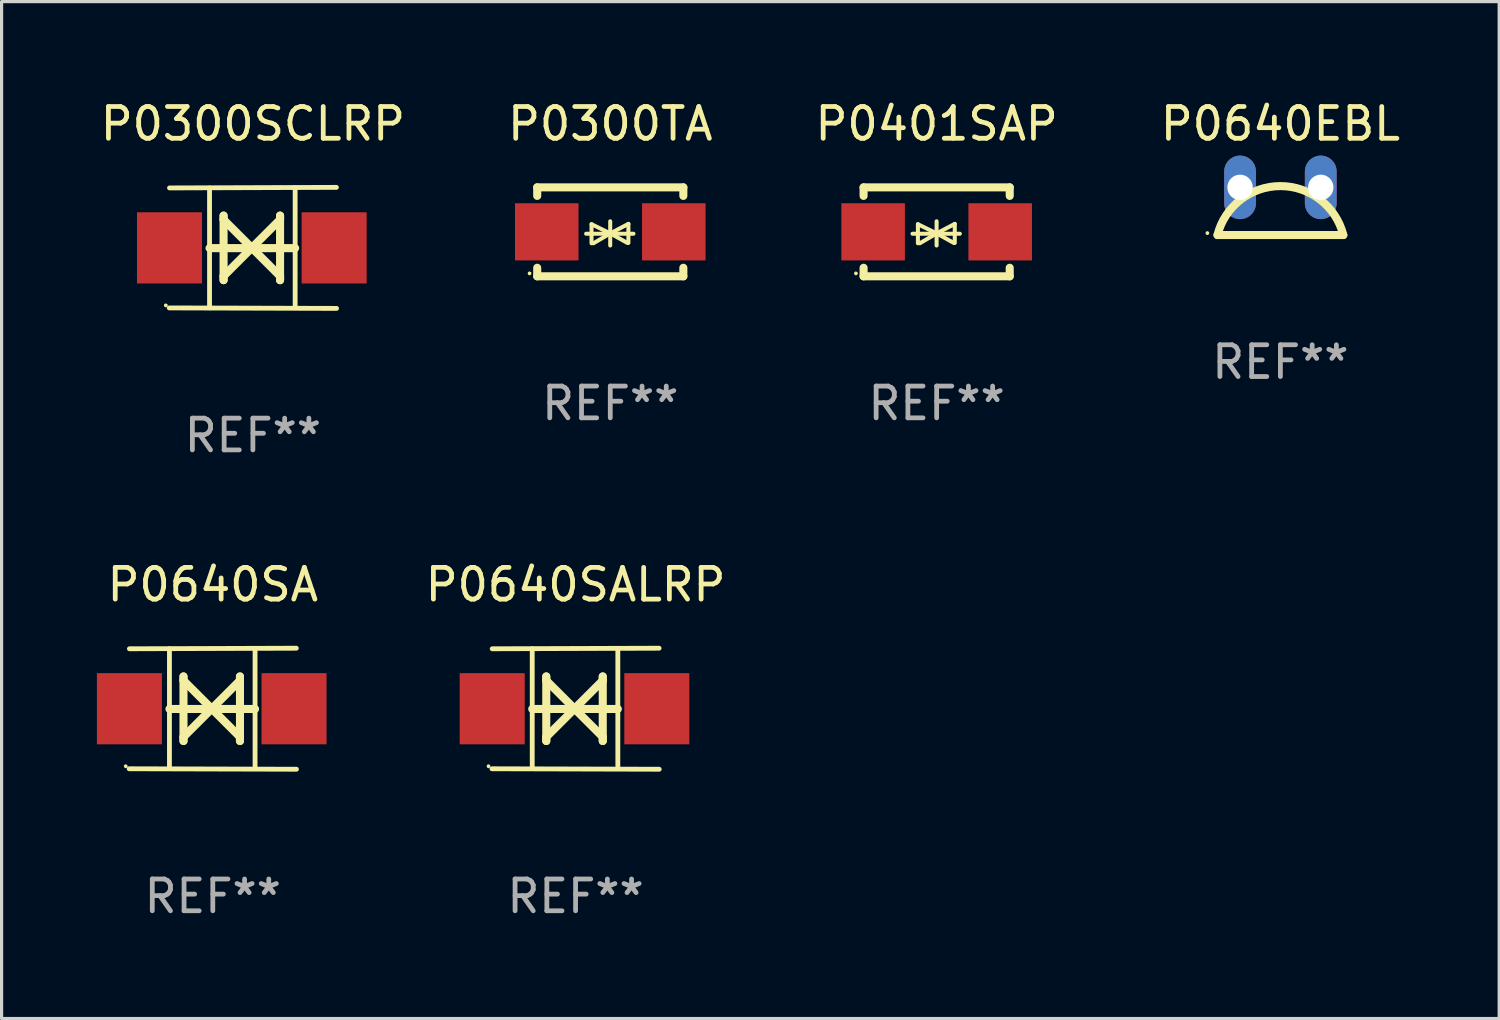
<source format=kicad_pcb>
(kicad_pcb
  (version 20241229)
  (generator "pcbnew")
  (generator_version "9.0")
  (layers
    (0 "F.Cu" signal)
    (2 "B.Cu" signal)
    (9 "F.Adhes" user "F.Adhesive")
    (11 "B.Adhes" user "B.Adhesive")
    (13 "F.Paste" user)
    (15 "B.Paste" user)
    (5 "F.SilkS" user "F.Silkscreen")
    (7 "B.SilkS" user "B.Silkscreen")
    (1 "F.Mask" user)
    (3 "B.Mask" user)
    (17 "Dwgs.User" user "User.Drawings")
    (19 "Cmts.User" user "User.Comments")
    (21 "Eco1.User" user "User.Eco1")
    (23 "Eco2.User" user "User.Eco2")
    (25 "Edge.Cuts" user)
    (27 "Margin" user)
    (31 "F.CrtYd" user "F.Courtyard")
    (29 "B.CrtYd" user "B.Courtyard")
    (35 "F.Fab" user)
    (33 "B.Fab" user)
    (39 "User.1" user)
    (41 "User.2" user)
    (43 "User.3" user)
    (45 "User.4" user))
  (footprint "P0300SCLRP"
    (layer "F.Cu")
    (at 4.911 4.753)
    (property "Reference" "P0300SCLRP" (at 0 -3.905 0) (layer "F.SilkS") (effects (font (size 1 1) (thickness 0.15))))
    (attr through_hole)
    (fp_line (start -1.365 1.886) (end -1.365 -1.886) (stroke (width 0.152) (type solid)) (layer "F.SilkS"))
    (fp_line (start -1.365 0.008) (end 1.33 0.008) (stroke (width 0.254) (type solid)) (layer "F.SilkS"))
    (fp_line (start -0.923 -1.016) (end -0.923 1.016) (stroke (width 0.254) (type solid)) (layer "F.SilkS"))
    (fp_line (start -0.923 -0.889) (end -0.923 -1.016) (stroke (width 0.254) (type solid)) (layer "F.SilkS"))
    (fp_line (start -0.923 0.889) (end -0.034 0) (stroke (width 0.254) (type solid)) (layer "F.SilkS"))
    (fp_line (start -0.923 1.016) (end -0.923 0.889) (stroke (width 0.254) (type solid)) (layer "F.SilkS"))
    (fp_line (start -0.034 0) (end -0.923 -0.889) (stroke (width 0.254) (type solid)) (layer "F.SilkS"))
    (fp_line (start -0.034 0) (end 0.855 0.889) (stroke (width 0.254) (type solid)) (layer "F.SilkS"))
    (fp_line (start 0.855 -1.016) (end 0.855 -0.889) (stroke (width 0.254) (type solid)) (layer "F.SilkS"))
    (fp_line (start 0.855 -0.889) (end -0.034 0) (stroke (width 0.254) (type solid)) (layer "F.SilkS"))
    (fp_line (start 0.855 0.889) (end 0.855 1.016) (stroke (width 0.254) (type solid)) (layer "F.SilkS"))
    (fp_line (start 0.855 1.016) (end 0.855 -1.016) (stroke (width 0.254) (type solid)) (layer "F.SilkS"))
    (fp_line (start 1.33 1.886) (end 1.33 -1.886) (stroke (width 0.152) (type solid)) (layer "F.SilkS"))
    (fp_line (start 2.629 -1.905) (end -2.625 -1.887) (stroke (width 0.152) (type solid)) (layer "F.SilkS"))
    (fp_line (start 2.633 1.905) (end -2.633 1.89) (stroke (width 0.152) (type solid)) (layer "F.SilkS"))
    (fp_circle (center -2.741 1.81) (end -2.711 1.81) (stroke (width 0.06) (type solid)) (fill no) (layer "F.SilkS"))
    (fp_text user "REF**" (at 0 5.905 0) (layer "F.Fab") (effects (font (size 1 1) (thickness 0.15))))
    (pad "1" smd rect (at -2.625 0) (size 2.047 2.241) (layers "F.Cu" "F.Mask" "F.Paste"))
    (pad "2" smd rect (at 2.557 0) (size 2.047 2.241) (layers "F.Cu" "F.Mask" "F.Paste")))
  (footprint "P0640EBL"
    (layer "F.Cu")
    (at 37.256 3.598)
    (property "Reference" "P0640EBL" (at 0 -2.75 0) (layer "F.SilkS") (effects (font (size 1 1) (thickness 0.15))))
    (attr through_hole)
    (fp_line (start 1.98 0.75) (end -1.98 0.75) (stroke (width 0.254) (type solid)) (layer "F.SilkS"))
    (fp_arc (start -1.981204 0.751206) (mid 0 -0.789989) (end 1.981204 0.751207) (stroke (width 0.254001) (type solid)) (layer "F.SilkS"))
    (fp_circle (center -2.3 0.689) (end -2.27 0.689) (stroke (width 0.06) (type solid)) (fill no) (layer "F.SilkS"))
    (fp_text user "REF**" (at 0 4.75 0) (layer "F.Fab") (effects (font (size 1 1) (thickness 0.15))))
    (pad "1" thru_hole oval (at -1.27 -0.75 270) (size 2 1) (drill 0.8) (layers "*.Cu" "*.Mask"))
    (pad "3" thru_hole oval (at 1.27 -0.75 270) (size 2 1) (drill 0.8) (layers "*.Cu" "*.Mask")))
  (footprint "P0640SA"
    (layer "F.Cu")
    (at 3.649 19.26)
    (property "Reference" "P0640SA" (at 0 -3.905 0) (layer "F.SilkS") (effects (font (size 1 1) (thickness 0.15))))
    (attr through_hole)
    (fp_line (start -1.365 1.886) (end -1.365 -1.886) (stroke (width 0.152) (type solid)) (layer "F.SilkS"))
    (fp_line (start -1.365 0.008) (end 1.33 0.008) (stroke (width 0.254) (type solid)) (layer "F.SilkS"))
    (fp_line (start -0.923 -1.016) (end -0.923 1.016) (stroke (width 0.254) (type solid)) (layer "F.SilkS"))
    (fp_line (start -0.923 -0.889) (end -0.923 -1.016) (stroke (width 0.254) (type solid)) (layer "F.SilkS"))
    (fp_line (start -0.923 0.889) (end -0.034 0) (stroke (width 0.254) (type solid)) (layer "F.SilkS"))
    (fp_line (start -0.923 1.016) (end -0.923 0.889) (stroke (width 0.254) (type solid)) (layer "F.SilkS"))
    (fp_line (start -0.034 0) (end -0.923 -0.889) (stroke (width 0.254) (type solid)) (layer "F.SilkS"))
    (fp_line (start -0.034 0) (end 0.855 0.889) (stroke (width 0.254) (type solid)) (layer "F.SilkS"))
    (fp_line (start 0.855 -1.016) (end 0.855 -0.889) (stroke (width 0.254) (type solid)) (layer "F.SilkS"))
    (fp_line (start 0.855 -0.889) (end -0.034 0) (stroke (width 0.254) (type solid)) (layer "F.SilkS"))
    (fp_line (start 0.855 0.889) (end 0.855 1.016) (stroke (width 0.254) (type solid)) (layer "F.SilkS"))
    (fp_line (start 0.855 1.016) (end 0.855 -1.016) (stroke (width 0.254) (type solid)) (layer "F.SilkS"))
    (fp_line (start 1.33 1.886) (end 1.33 -1.886) (stroke (width 0.152) (type solid)) (layer "F.SilkS"))
    (fp_line (start 2.629 -1.905) (end -2.625 -1.887) (stroke (width 0.152) (type solid)) (layer "F.SilkS"))
    (fp_line (start 2.633 1.905) (end -2.633 1.89) (stroke (width 0.152) (type solid)) (layer "F.SilkS"))
    (fp_circle (center -2.741 1.81) (end -2.711 1.81) (stroke (width 0.06) (type solid)) (fill no) (layer "F.SilkS"))
    (fp_text user "REF**" (at 0 5.905 0) (layer "F.Fab") (effects (font (size 1 1) (thickness 0.15))))
    (pad "1" smd rect (at -2.625 0) (size 2.047 2.241) (layers "F.Cu" "F.Mask" "F.Paste"))
    (pad "2" smd rect (at 2.557 0) (size 2.047 2.241) (layers "F.Cu" "F.Mask" "F.Paste")))
  (footprint "P0300TA"
    (layer "F.Cu")
    (at 16.161 4.248)
    (property "Reference" "P0300TA" (at 0 -3.4 0) (layer "F.SilkS") (effects (font (size 1 1) (thickness 0.15))))
    (attr through_hole)
    (fp_line (start -2.3 -1.4) (end -2.3 -1.131) (stroke (width 0.254) (type solid)) (layer "F.SilkS"))
    (fp_line (start -2.3 -1.4) (end 2.3 -1.4) (stroke (width 0.254) (type solid)) (layer "F.SilkS"))
    (fp_line (start -2.3 1.131) (end -2.3 1.4) (stroke (width 0.254) (type solid)) (layer "F.SilkS"))
    (fp_line (start -2.3 1.4) (end 2.3 1.4) (stroke (width 0.254) (type solid)) (layer "F.SilkS"))
    (fp_line (start -0.76 0.06) (end 0.73 0.06) (stroke (width 0.127) (type solid)) (layer "F.SilkS"))
    (fp_line (start -0.59 -0.24) (end -0.59 0.36) (stroke (width 0.127) (type solid)) (layer "F.SilkS"))
    (fp_line (start -0.59 -0.24) (end -0.002 0.049) (stroke (width 0.127) (type solid)) (layer "F.SilkS"))
    (fp_line (start -0.53 0.36) (end -0.002 0.049) (stroke (width 0.127) (type solid)) (layer "F.SilkS"))
    (fp_line (start -0.002 0.049) (end -0.002 -0.332) (stroke (width 0.127) (type solid)) (layer "F.SilkS"))
    (fp_line (start -0.002 0.049) (end -0.002 0.43) (stroke (width 0.127) (type solid)) (layer "F.SilkS"))
    (fp_line (start 0.54 0.35) (end -0.002 0.049) (stroke (width 0.127) (type solid)) (layer "F.SilkS"))
    (fp_line (start 0.57 -0.25) (end -0.002 0.049) (stroke (width 0.127) (type solid)) (layer "F.SilkS"))
    (fp_line (start 0.57 -0.25) (end 0.57 0.35) (stroke (width 0.127) (type solid)) (layer "F.SilkS"))
    (fp_line (start 2.3 -1.4) (end 2.3 -1.131) (stroke (width 0.254) (type solid)) (layer "F.SilkS"))
    (fp_line (start 2.3 1.131) (end 2.3 1.4) (stroke (width 0.254) (type solid)) (layer "F.SilkS"))
    (fp_circle (center -2.542 1.308) (end -2.512 1.308) (stroke (width 0.06) (type solid)) (fill no) (layer "F.SilkS"))
    (fp_text user "REF**" (at 0 5.4 0) (layer "F.Fab") (effects (font (size 1 1) (thickness 0.15))))
    (pad "1" smd rect (at -2 0) (size 2 1.8) (layers "F.Cu" "F.Mask" "F.Paste"))
    (pad "2" smd rect (at 2 0) (size 2 1.8) (layers "F.Cu" "F.Mask" "F.Paste")))
  (footprint "P0640SALRP"
    (layer "F.Cu")
    (at 15.069 19.26)
    (property "Reference" "P0640SALRP" (at 0 -3.905 0) (layer "F.SilkS") (effects (font (size 1 1) (thickness 0.15))))
    (attr through_hole)
    (fp_line (start -1.365 1.886) (end -1.365 -1.886) (stroke (width 0.152) (type solid)) (layer "F.SilkS"))
    (fp_line (start -1.365 0.008) (end 1.33 0.008) (stroke (width 0.254) (type solid)) (layer "F.SilkS"))
    (fp_line (start -0.923 -1.016) (end -0.923 1.016) (stroke (width 0.254) (type solid)) (layer "F.SilkS"))
    (fp_line (start -0.923 -0.889) (end -0.923 -1.016) (stroke (width 0.254) (type solid)) (layer "F.SilkS"))
    (fp_line (start -0.923 0.889) (end -0.034 0) (stroke (width 0.254) (type solid)) (layer "F.SilkS"))
    (fp_line (start -0.923 1.016) (end -0.923 0.889) (stroke (width 0.254) (type solid)) (layer "F.SilkS"))
    (fp_line (start -0.034 0) (end -0.923 -0.889) (stroke (width 0.254) (type solid)) (layer "F.SilkS"))
    (fp_line (start -0.034 0) (end 0.855 0.889) (stroke (width 0.254) (type solid)) (layer "F.SilkS"))
    (fp_line (start 0.855 -1.016) (end 0.855 -0.889) (stroke (width 0.254) (type solid)) (layer "F.SilkS"))
    (fp_line (start 0.855 -0.889) (end -0.034 0) (stroke (width 0.254) (type solid)) (layer "F.SilkS"))
    (fp_line (start 0.855 0.889) (end 0.855 1.016) (stroke (width 0.254) (type solid)) (layer "F.SilkS"))
    (fp_line (start 0.855 1.016) (end 0.855 -1.016) (stroke (width 0.254) (type solid)) (layer "F.SilkS"))
    (fp_line (start 1.33 1.886) (end 1.33 -1.886) (stroke (width 0.152) (type solid)) (layer "F.SilkS"))
    (fp_line (start 2.629 -1.905) (end -2.625 -1.887) (stroke (width 0.152) (type solid)) (layer "F.SilkS"))
    (fp_line (start 2.633 1.905) (end -2.633 1.89) (stroke (width 0.152) (type solid)) (layer "F.SilkS"))
    (fp_circle (center -2.741 1.81) (end -2.711 1.81) (stroke (width 0.06) (type solid)) (fill no) (layer "F.SilkS"))
    (fp_text user "REF**" (at 0 5.905 0) (layer "F.Fab") (effects (font (size 1 1) (thickness 0.15))))
    (pad "1" smd rect (at -2.625 0) (size 2.047 2.241) (layers "F.Cu" "F.Mask" "F.Paste"))
    (pad "2" smd rect (at 2.557 0) (size 2.047 2.241) (layers "F.Cu" "F.Mask" "F.Paste")))
  (footprint "P0401SAP"
    (layer "F.Cu")
    (at 26.435 4.248)
    (property "Reference" "P0401SAP" (at 0 -3.4 0) (layer "F.SilkS") (effects (font (size 1 1) (thickness 0.15))))
    (attr through_hole)
    (fp_line (start -2.3 -1.4) (end -2.3 -1.131) (stroke (width 0.254) (type solid)) (layer "F.SilkS"))
    (fp_line (start -2.3 -1.4) (end 2.3 -1.4) (stroke (width 0.254) (type solid)) (layer "F.SilkS"))
    (fp_line (start -2.3 1.131) (end -2.3 1.4) (stroke (width 0.254) (type solid)) (layer "F.SilkS"))
    (fp_line (start -2.3 1.4) (end 2.3 1.4) (stroke (width 0.254) (type solid)) (layer "F.SilkS"))
    (fp_line (start -0.76 0.06) (end 0.73 0.06) (stroke (width 0.127) (type solid)) (layer "F.SilkS"))
    (fp_line (start -0.59 -0.24) (end -0.59 0.36) (stroke (width 0.127) (type solid)) (layer "F.SilkS"))
    (fp_line (start -0.59 -0.24) (end -0.002 0.049) (stroke (width 0.127) (type solid)) (layer "F.SilkS"))
    (fp_line (start -0.53 0.36) (end -0.002 0.049) (stroke (width 0.127) (type solid)) (layer "F.SilkS"))
    (fp_line (start -0.002 0.049) (end -0.002 -0.332) (stroke (width 0.127) (type solid)) (layer "F.SilkS"))
    (fp_line (start -0.002 0.049) (end -0.002 0.43) (stroke (width 0.127) (type solid)) (layer "F.SilkS"))
    (fp_line (start 0.54 0.35) (end -0.002 0.049) (stroke (width 0.127) (type solid)) (layer "F.SilkS"))
    (fp_line (start 0.57 -0.25) (end -0.002 0.049) (stroke (width 0.127) (type solid)) (layer "F.SilkS"))
    (fp_line (start 0.57 -0.25) (end 0.57 0.35) (stroke (width 0.127) (type solid)) (layer "F.SilkS"))
    (fp_line (start 2.3 -1.4) (end 2.3 -1.131) (stroke (width 0.254) (type solid)) (layer "F.SilkS"))
    (fp_line (start 2.3 1.131) (end 2.3 1.4) (stroke (width 0.254) (type solid)) (layer "F.SilkS"))
    (fp_circle (center -2.542 1.308) (end -2.512 1.308) (stroke (width 0.06) (type solid)) (fill no) (layer "F.SilkS"))
    (fp_text user "REF**" (at 0 5.4 0) (layer "F.Fab") (effects (font (size 1 1) (thickness 0.15))))
    (pad "1" smd rect (at -2 0) (size 2 1.8) (layers "F.Cu" "F.Mask" "F.Paste"))
    (pad "2" smd rect (at 2 0) (size 2 1.8) (layers "F.Cu" "F.Mask" "F.Paste")))
  (gr_rect
    (start -3 -3)
    (end 44.143 29.013)
    (stroke (width 0.1) (type default))
    (fill no)
    (layer "Edge.Cuts")))
</source>
